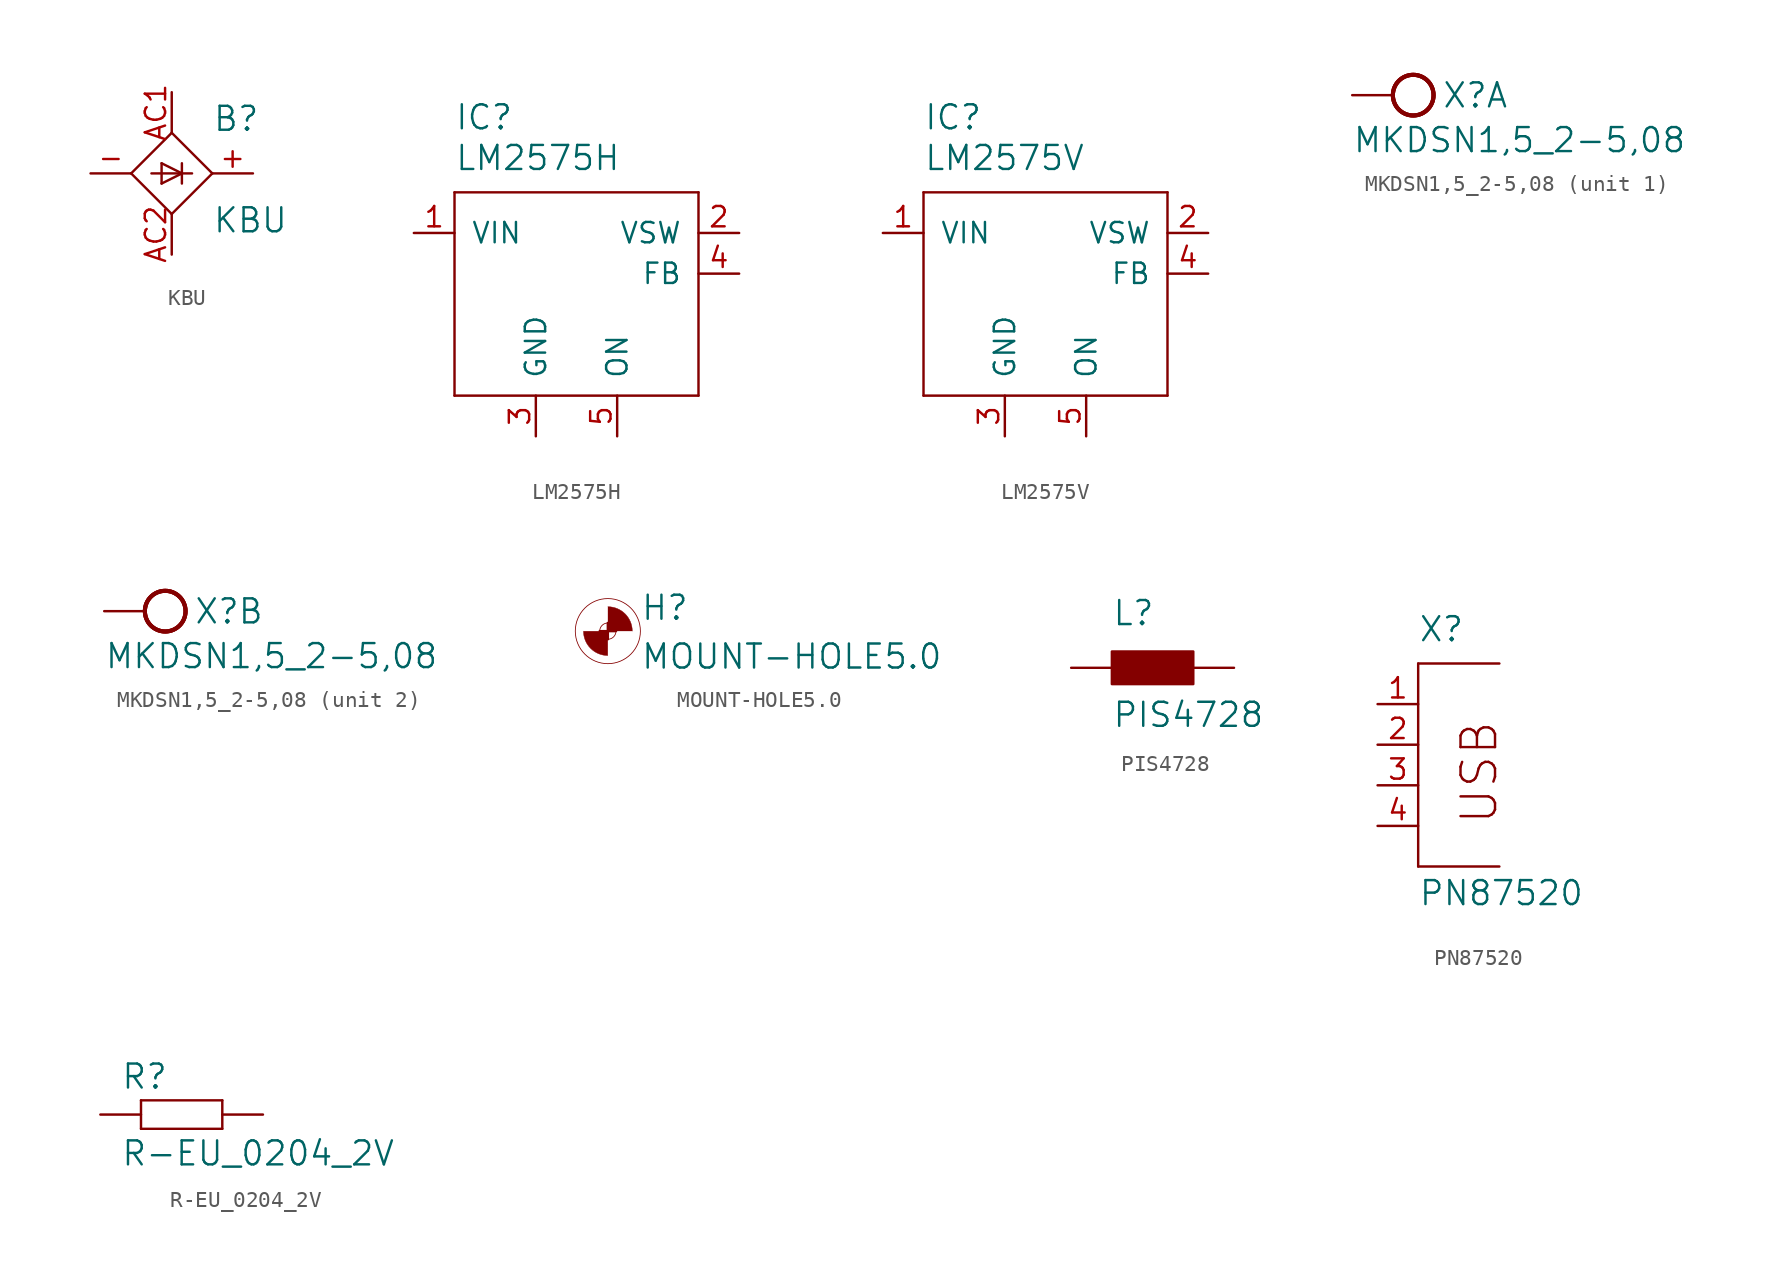
<source format=kicad_sym>
(kicad_symbol_lib
  (version 20211014)
  (generator kicad_symbol_editor)
  (symbol "KBU"
    (pin_names
      (offset 1.016))
    (property "Reference" "B"
      (at 2.54 2.54 0)
      (effects (font (size 1.499 1.499)) (justify left bottom)))
    (property "Value" "KBU"
      (at 2.54 -3.81 0)
      (effects (font (size 1.499 1.499)) (justify left bottom)))
    (property "ki_locked" ""
      (at 0 0 0)
      (effects (font (size 1.27 1.27))))
    (symbol "KBU_1_0"
      (polyline (pts (xy -2.54 0) (xy 0 -2.54)) (stroke (width 0) (type default) (color 0 0 0 0)) (fill (type none)))
      (polyline (pts (xy -1.27 0) (xy 0.635 0)) (stroke (width 0) (type default) (color 0 0 0 0)) (fill (type none)))
      (polyline (pts (xy -0.635 0.635) (xy -0.635 -0.635)) (stroke (width 0) (type default) (color 0 0 0 0)) (fill (type none)))
      (polyline (pts (xy -0.635 0.635) (xy 0.635 0)) (stroke (width 0) (type default) (color 0 0 0 0)) (fill (type none)))
      (polyline (pts (xy 0 -2.54) (xy 2.54 0)) (stroke (width 0) (type default) (color 0 0 0 0)) (fill (type none)))
      (polyline (pts (xy 0 2.54) (xy -2.54 0)) (stroke (width 0) (type default) (color 0 0 0 0)) (fill (type none)))
      (polyline (pts (xy 0.635 0) (xy -0.635 -0.635)) (stroke (width 0) (type default) (color 0 0 0 0)) (fill (type none)))
      (polyline (pts (xy 0.635 0) (xy 1.27 0)) (stroke (width 0) (type default) (color 0 0 0 0)) (fill (type none)))
      (polyline (pts (xy 0.635 0.635) (xy 0.635 -0.635)) (stroke (width 0) (type default) (color 0 0 0 0)) (fill (type none)))
      (polyline (pts (xy 2.54 0) (xy 0 2.54)) (stroke (width 0) (type default) (color 0 0 0 0)) (fill (type none)))
      (pin passive line (at 5.08 0 180) (length 2.54) (name "+" (effects (font (size 0 0)))) (number "+" (effects (font (size 1.27 1.27)))))
      (pin passive line (at -5.08 0 0) (length 2.54) (name "-" (effects (font (size 0 0)))) (number "-" (effects (font (size 1.27 1.27)))))
      (pin passive line (at 0 5.08 270) (length 2.54) (name "AC1" (effects (font (size 0 0)))) (number "AC1" (effects (font (size 1.27 1.27)))))
      (pin passive line (at 0 -5.08 90) (length 2.54) (name "AC2" (effects (font (size 0 0)))) (number "AC2" (effects (font (size 1.27 1.27)))))))
  (symbol "LM2575H"
    (pin_names
      (offset 1.016))
    (property "Reference" "IC"
      (at -7.62 11.43 0)
      (effects (font (size 1.499 1.499)) (justify left bottom)))
    (property "Value" "LM2575H"
      (at -7.62 8.89 0)
      (effects (font (size 1.499 1.499)) (justify left bottom)))
    (property "ki_locked" ""
      (at 0 0 0)
      (effects (font (size 1.27 1.27))))
    (symbol "LM2575H_1_0"
      (polyline (pts (xy -7.62 -5.08) (xy -7.62 7.62)) (stroke (width 0) (type default) (color 0 0 0 0)) (fill (type none)))
      (polyline (pts (xy -7.62 7.62) (xy 7.62 7.62)) (stroke (width 0) (type default) (color 0 0 0 0)) (fill (type none)))
      (polyline (pts (xy 7.62 -5.08) (xy -7.62 -5.08)) (stroke (width 0) (type default) (color 0 0 0 0)) (fill (type none)))
      (polyline (pts (xy 7.62 7.62) (xy 7.62 -5.08)) (stroke (width 0) (type default) (color 0 0 0 0)) (fill (type none)))
      (pin passive line (at -10.16 5.08 0) (length 2.54) (name "VIN" (effects (font (size 1.27 1.27)))) (number "1" (effects (font (size 1.27 1.27)))))
      (pin passive line (at 10.16 5.08 180) (length 2.54) (name "VSW" (effects (font (size 1.27 1.27)))) (number "2" (effects (font (size 1.27 1.27)))))
      (pin power_in line (at -2.54 -7.62 90) (length 2.54) (name "GND" (effects (font (size 1.27 1.27)))) (number "3" (effects (font (size 1.27 1.27)))))
      (pin passive line (at 10.16 2.54 180) (length 2.54) (name "FB" (effects (font (size 1.27 1.27)))) (number "4" (effects (font (size 1.27 1.27)))))
      (pin passive line (at 2.54 -7.62 90) (length 2.54) (name "ON" (effects (font (size 1.27 1.27)))) (number "5" (effects (font (size 1.27 1.27)))))))
  (symbol "LM2575V"
    (pin_names
      (offset 1.016))
    (property "Reference" "IC"
      (at -7.62 11.43 0)
      (effects (font (size 1.499 1.499)) (justify left bottom)))
    (property "Value" "LM2575V"
      (at -7.62 8.89 0)
      (effects (font (size 1.499 1.499)) (justify left bottom)))
    (property "ki_locked" ""
      (at 0 0 0)
      (effects (font (size 1.27 1.27))))
    (symbol "LM2575V_1_0"
      (polyline (pts (xy -7.62 -5.08) (xy -7.62 7.62)) (stroke (width 0) (type default) (color 0 0 0 0)) (fill (type none)))
      (polyline (pts (xy -7.62 7.62) (xy 7.62 7.62)) (stroke (width 0) (type default) (color 0 0 0 0)) (fill (type none)))
      (polyline (pts (xy 7.62 -5.08) (xy -7.62 -5.08)) (stroke (width 0) (type default) (color 0 0 0 0)) (fill (type none)))
      (polyline (pts (xy 7.62 7.62) (xy 7.62 -5.08)) (stroke (width 0) (type default) (color 0 0 0 0)) (fill (type none)))
      (pin passive line (at -10.16 5.08 0) (length 2.54) (name "VIN" (effects (font (size 1.27 1.27)))) (number "1" (effects (font (size 1.27 1.27)))))
      (pin passive line (at 10.16 5.08 180) (length 2.54) (name "VSW" (effects (font (size 1.27 1.27)))) (number "2" (effects (font (size 1.27 1.27)))))
      (pin power_in line (at -2.54 -7.62 90) (length 2.54) (name "GND" (effects (font (size 1.27 1.27)))) (number "3" (effects (font (size 1.27 1.27)))))
      (pin passive line (at 10.16 2.54 180) (length 2.54) (name "FB" (effects (font (size 1.27 1.27)))) (number "4" (effects (font (size 1.27 1.27)))))
      (pin passive line (at 2.54 -7.62 90) (length 2.54) (name "ON" (effects (font (size 1.27 1.27)))) (number "5" (effects (font (size 1.27 1.27)))))))
  (symbol "MKDSN1,5_2-5,08"
    (pin_names
      (offset 1.016))
    (property "Reference" "X"
      (at 3.048 -0.889 0)
      (effects (font (size 1.499 1.499)) (justify left bottom)))
    (property "Value" "MKDSN1,5_2-5,08"
      (at -2.54 -3.683 0)
      (effects (font (size 1.499 1.499)) (justify left bottom)))
    (property "ki_locked" ""
      (at 0 0 0)
      (effects (font (size 1.27 1.27))))
    (symbol "MKDSN1,5_2-5,08_1_0"
      (circle (center 1.27 0) (radius 1.27) (stroke (width 0.254) (type default) (color 0 0 0 0)) (fill (type none)))
      (circle (center 1.27 0) (radius 1.27) (stroke (width 0.254) (type default) (color 0 0 0 0)) (fill (type none)))
      (circle (center 1.27 0) (radius 1.27) (stroke (width 0.254) (type default) (color 0 0 0 0)) (fill (type none)))
      (pin passive line (at -2.54 0 0) (length 2.54) (name "KL" (effects (font (size 0 0)))) (number "1" (effects (font (size 0 0))))))
    (symbol "MKDSN1,5_2-5,08_2_0"
      (circle (center 1.27 0) (radius 1.27) (stroke (width 0.254) (type default) (color 0 0 0 0)) (fill (type none)))
      (circle (center 1.27 0) (radius 1.27) (stroke (width 0.254) (type default) (color 0 0 0 0)) (fill (type none)))
      (circle (center 1.27 0) (radius 1.27) (stroke (width 0.254) (type default) (color 0 0 0 0)) (fill (type none)))
      (pin passive line (at -2.54 0 0) (length 2.54) (name "KL" (effects (font (size 0 0)))) (number "2" (effects (font (size 0 0)))))))
  (symbol "MOUNT-HOLE5.0"
    (pin_names
      (offset 1.016))
    (property "Reference" "H"
      (at 2.032 0.584 0)
      (effects (font (size 1.499 1.499)) (justify left bottom)))
    (property "Value" "MOUNT-HOLE5.0"
      (at 2.032 -2.464 0)
      (effects (font (size 1.499 1.499)) (justify left bottom)))
    (property "ki_locked" ""
      (at 0 0 0)
      (effects (font (size 1.27 1.27))))
    (symbol "MOUNT-HOLE5.0_1_0"
      (arc (start -1.524 0) (mid -1.0776 -1.0776) (end 0 -1.524) (stroke (width 0.0254) (type default) (color 0 0 0 0)) (fill (type outline)))
      (polyline (pts (xy -0.508 0) (xy 0.508 0)) (stroke (width 0) (type default) (color 0 0 0 0)) (fill (type none)))
      (polyline (pts (xy 0 0.508) (xy 0 -0.508)) (stroke (width 0) (type default) (color 0 0 0 0)) (fill (type none)))
      (circle (center 0 0) (radius 0.508) (stroke (width 0.051) (type default) (color 0 0 0 0)) (fill (type none)))
      (circle (center 0 0) (radius 2.032) (stroke (width 0.051) (type default) (color 0 0 0 0)) (fill (type none)))
      (arc (start 1.524 0) (mid 1.0776 1.0776) (end 0 1.524) (stroke (width 0.0254) (type default) (color 0 0 0 0)) (fill (type outline)))))
  (symbol "PIS4728"
    (pin_names
      (offset 1.016))
    (property "Reference" "L"
      (at -2.54 2.54 0)
      (effects (font (size 1.499 1.499)) (justify left bottom)))
    (property "Value" "PIS4728"
      (at -2.54 -3.81 0)
      (effects (font (size 1.499 1.499)) (justify left bottom)))
    (property "ki_locked" ""
      (at 0 0 0)
      (effects (font (size 1.27 1.27))))
    (symbol "PIS4728_1_0"
      (rectangle (start -2.54 -1.016) (end 2.54 1.016) (stroke (width 0) (type default) (color 0 0 0 0)) (fill (type outline)))
      (pin bidirectional line (at -5.08 0 0) (length 2.54) (name "P$1" (effects (font (size 0 0)))) (number "P$1" (effects (font (size 0 0)))))
      (pin bidirectional line (at 5.08 0 180) (length 2.54) (name "P$2" (effects (font (size 0 0)))) (number "P$2" (effects (font (size 0 0)))))))
  (symbol "PN87520"
    (pin_names
      (offset 1.016))
    (property "Reference" "X"
      (at 0 8.89 0)
      (effects (font (size 1.499 1.499)) (justify left bottom)))
    (property "Value" "PN87520"
      (at 0 -7.62 0)
      (effects (font (size 1.499 1.499)) (justify left bottom)))
    (property "ki_locked" ""
      (at 0 0 0)
      (effects (font (size 1.27 1.27))))
    (symbol "PN87520_1_0"
      (polyline (pts (xy 0 -5.08) (xy 5.08 -5.08)) (stroke (width 0) (type default) (color 0 0 0 0)) (fill (type none)))
      (polyline (pts (xy 0 7.62) (xy 0 -5.08)) (stroke (width 0) (type default) (color 0 0 0 0)) (fill (type none)))
      (polyline (pts (xy 0 7.62) (xy 5.08 7.62)) (stroke (width 0) (type default) (color 0 0 0 0)) (fill (type none)))
      (text "USB" (at 5.08 -2.54 900) (effects (font (size 2.159 2.159)) (justify left bottom)))
      (pin passive line (at -2.54 5.08 0) (length 2.54) (name "1" (effects (font (size 0 0)))) (number "1" (effects (font (size 1.27 1.27)))))
      (pin passive line (at -2.54 2.54 0) (length 2.54) (name "2" (effects (font (size 0 0)))) (number "2" (effects (font (size 1.27 1.27)))))
      (pin passive line (at -2.54 0 0) (length 2.54) (name "3" (effects (font (size 0 0)))) (number "3" (effects (font (size 1.27 1.27)))))
      (pin passive line (at -2.54 -2.54 0) (length 2.54) (name "4" (effects (font (size 0 0)))) (number "4" (effects (font (size 1.27 1.27)))))))
  (symbol "R-EU_0204_2V"
    (pin_names
      (offset 1.016))
    (property "Reference" "R"
      (at -3.81 1.499 0)
      (effects (font (size 1.499 1.499)) (justify left bottom)))
    (property "Value" "R-EU_0204_2V"
      (at -3.81 -3.302 0)
      (effects (font (size 1.499 1.499)) (justify left bottom)))
    (property "ki_locked" ""
      (at 0 0 0)
      (effects (font (size 1.27 1.27))))
    (symbol "R-EU_0204_2V_1_0"
      (polyline (pts (xy -2.54 -0.889) (xy -2.54 0.889)) (stroke (width 0) (type default) (color 0 0 0 0)) (fill (type none)))
      (polyline (pts (xy -2.54 -0.889) (xy 2.54 -0.889)) (stroke (width 0) (type default) (color 0 0 0 0)) (fill (type none)))
      (polyline (pts (xy 2.54 -0.889) (xy 2.54 0.889)) (stroke (width 0) (type default) (color 0 0 0 0)) (fill (type none)))
      (polyline (pts (xy 2.54 0.889) (xy -2.54 0.889)) (stroke (width 0) (type default) (color 0 0 0 0)) (fill (type none)))
      (pin passive line (at -5.08 0 0) (length 2.54) (name "1" (effects (font (size 0 0)))) (number "1" (effects (font (size 0 0)))))
      (pin passive line (at 5.08 0 180) (length 2.54) (name "2" (effects (font (size 0 0)))) (number "2" (effects (font (size 0 0))))))))
</source>
